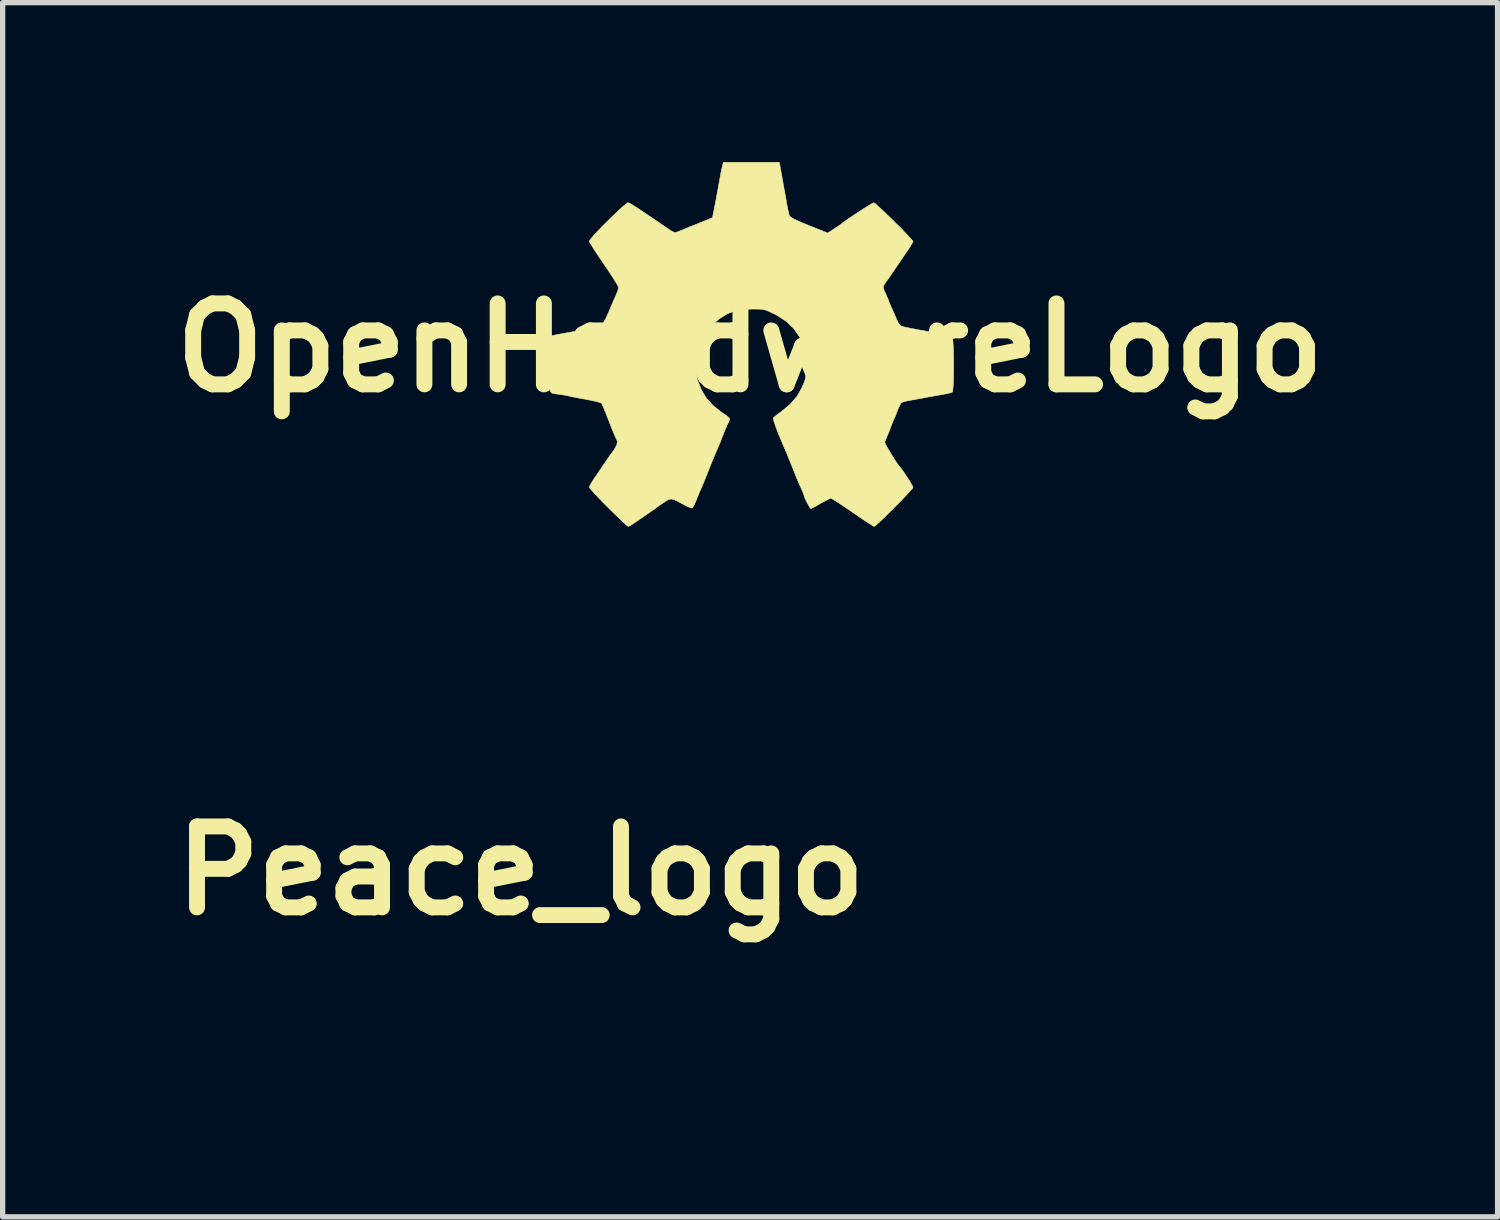
<source format=kicad_pcb>
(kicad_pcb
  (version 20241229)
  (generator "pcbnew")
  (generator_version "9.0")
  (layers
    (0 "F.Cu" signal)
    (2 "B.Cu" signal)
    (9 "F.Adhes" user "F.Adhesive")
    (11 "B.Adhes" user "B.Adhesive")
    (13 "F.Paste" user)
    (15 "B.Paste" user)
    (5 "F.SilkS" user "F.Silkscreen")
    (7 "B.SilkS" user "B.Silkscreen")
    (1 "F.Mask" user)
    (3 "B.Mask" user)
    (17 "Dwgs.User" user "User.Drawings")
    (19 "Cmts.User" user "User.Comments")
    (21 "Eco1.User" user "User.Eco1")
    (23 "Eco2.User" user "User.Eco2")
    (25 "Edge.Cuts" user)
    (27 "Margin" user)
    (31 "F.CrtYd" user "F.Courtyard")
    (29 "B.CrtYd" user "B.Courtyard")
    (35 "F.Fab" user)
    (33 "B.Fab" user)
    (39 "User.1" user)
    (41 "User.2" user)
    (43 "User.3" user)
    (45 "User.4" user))
  (footprint "OpenHardwareLogo"
    (layer "F.Cu")
    (at 11.074 3.498)
    (property "Reference" "OpenHardwareLogo" (at 0 0 0) (layer "F.SilkS") (effects (font (size 1.524 1.524) (thickness 0.3))))
    (attr through_hole)
    (fp_poly (pts (xy 0.559 -3.445) (xy 0.566 -3.406) (xy 0.579 -3.335) (xy 0.596 -3.243) (xy 0.614 -3.143) (xy 0.635 -3.022) (xy 0.658 -2.894) (xy 0.679 -2.777) (xy 0.691 -2.709) (xy 0.708 -2.622) (xy 0.724 -2.546) (xy 0.737 -2.495) (xy 0.74 -2.486) (xy 0.76 -2.464) (xy 0.805 -2.435) (xy 0.881 -2.398) (xy 0.989 -2.35) (xy 1.11 -2.301) (xy 1.463 -2.16) (xy 1.583 -2.239) (xy 1.646 -2.28) (xy 1.693 -2.312) (xy 1.714 -2.328) (xy 1.746 -2.354) (xy 1.804 -2.396) (xy 1.88 -2.448) (xy 1.968 -2.507) (xy 2.06 -2.567) (xy 2.149 -2.625) (xy 2.228 -2.674) (xy 2.289 -2.71) (xy 2.325 -2.729) (xy 2.33 -2.731) (xy 2.353 -2.716) (xy 2.399 -2.676) (xy 2.465 -2.616) (xy 2.545 -2.541) (xy 2.633 -2.455) (xy 2.725 -2.365) (xy 2.816 -2.274) (xy 2.9 -2.189) (xy 2.972 -2.113) (xy 3.028 -2.053) (xy 3.061 -2.013) (xy 3.069 -2) (xy 3.057 -1.975) (xy 3.026 -1.924) (xy 2.981 -1.853) (xy 2.93 -1.778) (xy 2.861 -1.678) (xy 2.789 -1.572) (xy 2.724 -1.476) (xy 2.692 -1.429) (xy 2.646 -1.36) (xy 2.608 -1.305) (xy 2.585 -1.274) (xy 2.582 -1.27) (xy 2.564 -1.246) (xy 2.535 -1.203) (xy 2.534 -1.201) (xy 2.514 -1.167) (xy 2.509 -1.137) (xy 2.519 -1.098) (xy 2.545 -1.036) (xy 2.55 -1.026) (xy 2.578 -0.962) (xy 2.598 -0.915) (xy 2.603 -0.897) (xy 2.612 -0.873) (xy 2.633 -0.822) (xy 2.663 -0.755) (xy 2.702 -0.668) (xy 2.741 -0.579) (xy 2.764 -0.524) (xy 2.793 -0.461) (xy 2.824 -0.422) (xy 2.871 -0.399) (xy 2.946 -0.381) (xy 2.953 -0.38) (xy 3.106 -0.35) (xy 3.283 -0.318) (xy 3.463 -0.285) (xy 3.576 -0.266) (xy 3.666 -0.248) (xy 3.741 -0.231) (xy 3.791 -0.215) (xy 3.803 -0.208) (xy 3.812 -0.181) (xy 3.82 -0.118) (xy 3.826 -0.028) (xy 3.83 0.083) (xy 3.832 0.206) (xy 3.833 0.336) (xy 3.833 0.465) (xy 3.83 0.585) (xy 3.826 0.69) (xy 3.82 0.771) (xy 3.813 0.823) (xy 3.806 0.838) (xy 3.774 0.849) (xy 3.713 0.863) (xy 3.635 0.878) (xy 3.621 0.881) (xy 3.518 0.899) (xy 3.398 0.92) (xy 3.287 0.94) (xy 3.281 0.942) (xy 3.181 0.96) (xy 3.08 0.979) (xy 2.998 0.993) (xy 2.988 0.995) (xy 2.919 1.01) (xy 2.865 1.027) (xy 2.847 1.037) (xy 2.826 1.068) (xy 2.798 1.126) (xy 2.772 1.191) (xy 2.745 1.262) (xy 2.722 1.317) (xy 2.71 1.344) (xy 2.695 1.375) (xy 2.672 1.431) (xy 2.657 1.471) (xy 2.627 1.553) (xy 2.594 1.634) (xy 2.582 1.662) (xy 2.557 1.722) (xy 2.539 1.769) (xy 2.536 1.778) (xy 2.544 1.803) (xy 2.57 1.855) (xy 2.611 1.925) (xy 2.659 2.006) (xy 2.711 2.088) (xy 2.76 2.164) (xy 2.803 2.225) (xy 2.833 2.262) (xy 2.836 2.265) (xy 2.861 2.295) (xy 2.9 2.35) (xy 2.945 2.417) (xy 2.991 2.489) (xy 3.031 2.555) (xy 3.059 2.605) (xy 3.069 2.629) (xy 3.055 2.651) (xy 3.015 2.697) (xy 2.955 2.762) (xy 2.879 2.842) (xy 2.794 2.93) (xy 2.703 3.022) (xy 2.612 3.112) (xy 2.527 3.196) (xy 2.451 3.268) (xy 2.391 3.324) (xy 2.351 3.358) (xy 2.338 3.365) (xy 2.314 3.354) (xy 2.263 3.322) (xy 2.188 3.274) (xy 2.097 3.213) (xy 2.011 3.154) (xy 1.903 3.08) (xy 1.801 3.011) (xy 1.712 2.951) (xy 1.644 2.906) (xy 1.613 2.887) (xy 1.522 2.831) (xy 1.422 2.881) (xy 1.345 2.921) (xy 1.269 2.964) (xy 1.244 2.979) (xy 1.191 3.008) (xy 1.152 3.025) (xy 1.144 3.027) (xy 1.127 3.01) (xy 1.1 2.966) (xy 1.069 2.908) (xy 1.04 2.85) (xy 1.021 2.802) (xy 1.016 2.782) (xy 1.008 2.757) (xy 0.987 2.704) (xy 0.956 2.633) (xy 0.921 2.555) (xy 0.91 2.529) (xy 0.894 2.494) (xy 0.867 2.428) (xy 0.833 2.342) (xy 0.794 2.244) (xy 0.793 2.244) (xy 0.754 2.146) (xy 0.719 2.06) (xy 0.693 1.994) (xy 0.678 1.958) (xy 0.678 1.958) (xy 0.637 1.866) (xy 0.603 1.786) (xy 0.57 1.705) (xy 0.529 1.605) (xy 0.51 1.558) (xy 0.477 1.47) (xy 0.452 1.395) (xy 0.438 1.344) (xy 0.436 1.325) (xy 0.457 1.303) (xy 0.504 1.264) (xy 0.569 1.216) (xy 0.596 1.196) (xy 0.758 1.062) (xy 0.886 0.911) (xy 0.985 0.734) (xy 1.032 0.615) (xy 1.054 0.516) (xy 1.064 0.392) (xy 1.063 0.257) (xy 1.051 0.127) (xy 1.028 0.015) (xy 1.022 -0.004) (xy 0.937 -0.196) (xy 0.826 -0.358) (xy 0.683 -0.495) (xy 0.505 -0.611) (xy 0.446 -0.641) (xy 0.363 -0.68) (xy 0.301 -0.706) (xy 0.245 -0.72) (xy 0.181 -0.727) (xy 0.096 -0.728) (xy 0.042 -0.728) (xy -0.053 -0.726) (xy -0.135 -0.723) (xy -0.192 -0.719) (xy -0.212 -0.716) (xy -0.255 -0.702) (xy -0.304 -0.688) (xy -0.436 -0.635) (xy -0.572 -0.55) (xy -0.701 -0.442) (xy -0.814 -0.321) (xy -0.899 -0.195) (xy -0.907 -0.18) (xy -0.988 0.016) (xy -1.03 0.205) (xy -1.033 0.392) (xy -0.996 0.583) (xy -0.983 0.627) (xy -0.913 0.8) (xy -0.822 0.949) (xy -0.704 1.081) (xy -0.552 1.204) (xy -0.503 1.238) (xy -0.435 1.285) (xy -0.397 1.318) (xy -0.385 1.345) (xy -0.392 1.374) (xy -0.401 1.392) (xy -0.435 1.462) (xy -0.478 1.563) (xy -0.527 1.689) (xy -0.529 1.693) (xy -0.556 1.765) (xy -0.581 1.825) (xy -0.592 1.852) (xy -0.645 1.972) (xy -0.704 2.112) (xy -0.772 2.281) (xy -0.782 2.307) (xy -0.819 2.401) (xy -0.852 2.483) (xy -0.877 2.545) (xy -0.889 2.572) (xy -0.924 2.652) (xy -0.967 2.754) (xy -1.009 2.859) (xy -1.029 2.907) (xy -1.056 2.967) (xy -1.08 3.009) (xy -1.091 3.019) (xy -1.119 3.014) (xy -1.173 2.991) (xy -1.243 2.957) (xy -1.267 2.944) (xy -1.361 2.893) (xy -1.428 2.861) (xy -1.478 2.848) (xy -1.52 2.853) (xy -1.566 2.875) (xy -1.624 2.913) (xy -1.626 2.914) (xy -1.688 2.956) (xy -1.735 2.989) (xy -1.757 3.006) (xy -1.757 3.006) (xy -1.778 3.022) (xy -1.825 3.055) (xy -1.888 3.099) (xy -1.894 3.103) (xy -1.983 3.164) (xy -2.082 3.232) (xy -2.148 3.278) (xy -2.213 3.321) (xy -2.265 3.352) (xy -2.294 3.365) (xy -2.295 3.365) (xy -2.315 3.351) (xy -2.361 3.311) (xy -2.427 3.249) (xy -2.51 3.169) (xy -2.605 3.076) (xy -2.671 3.012) (xy -2.771 2.911) (xy -2.86 2.818) (xy -2.935 2.739) (xy -2.989 2.677) (xy -3.021 2.637) (xy -3.026 2.625) (xy -3.015 2.593) (xy -2.984 2.538) (xy -2.941 2.47) (xy -2.931 2.455) (xy -2.869 2.366) (xy -2.8 2.263) (xy -2.737 2.17) (xy -2.737 2.17) (xy -2.69 2.101) (xy -2.652 2.046) (xy -2.629 2.015) (xy -2.626 2.011) (xy -2.608 1.988) (xy -2.576 1.943) (xy -2.556 1.914) (xy -2.51 1.83) (xy -2.499 1.763) (xy -2.515 1.724) (xy -2.529 1.698) (xy -2.554 1.64) (xy -2.589 1.557) (xy -2.629 1.455) (xy -2.656 1.386) (xy -2.699 1.277) (xy -2.737 1.181) (xy -2.769 1.105) (xy -2.79 1.058) (xy -2.797 1.045) (xy -2.824 1.033) (xy -2.884 1.015) (xy -2.969 0.996) (xy -3.069 0.976) (xy -3.075 0.975) (xy -3.182 0.956) (xy -3.281 0.937) (xy -3.361 0.921) (xy -3.408 0.91) (xy -3.473 0.896) (xy -3.556 0.883) (xy -3.598 0.877) (xy -3.656 0.87) (xy -3.701 0.863) (xy -3.735 0.851) (xy -3.758 0.828) (xy -3.774 0.79) (xy -3.783 0.732) (xy -3.788 0.649) (xy -3.789 0.536) (xy -3.789 0.387) (xy -3.789 0.307) (xy -3.789 -0.21) (xy -3.709 -0.231) (xy -3.658 -0.243) (xy -3.575 -0.259) (xy -3.474 -0.277) (xy -3.365 -0.296) (xy -3.257 -0.315) (xy -3.156 -0.334) (xy -3.075 -0.35) (xy -3.024 -0.361) (xy -2.957 -0.375) (xy -2.898 -0.381) (xy -2.894 -0.381) (xy -2.848 -0.389) (xy -2.806 -0.415) (xy -2.765 -0.465) (xy -2.721 -0.544) (xy -2.669 -0.658) (xy -2.656 -0.687) (xy -2.613 -0.788) (xy -2.572 -0.885) (xy -2.537 -0.964) (xy -2.517 -1.009) (xy -2.492 -1.071) (xy -2.478 -1.123) (xy -2.477 -1.137) (xy -2.488 -1.165) (xy -2.521 -1.222) (xy -2.571 -1.302) (xy -2.635 -1.401) (xy -2.71 -1.513) (xy -2.752 -1.574) (xy -2.831 -1.69) (xy -2.901 -1.795) (xy -2.959 -1.885) (xy -3.001 -1.955) (xy -3.024 -1.998) (xy -3.027 -2.008) (xy -3.012 -2.034) (xy -2.972 -2.083) (xy -2.911 -2.151) (xy -2.834 -2.232) (xy -2.748 -2.321) (xy -2.656 -2.412) (xy -2.565 -2.501) (xy -2.479 -2.583) (xy -2.405 -2.651) (xy -2.346 -2.701) (xy -2.309 -2.728) (xy -2.301 -2.731) (xy -2.286 -2.727) (xy -2.261 -2.716) (xy -2.223 -2.694) (xy -2.169 -2.661) (xy -2.095 -2.613) (xy -1.999 -2.549) (xy -1.878 -2.467) (xy -1.729 -2.366) (xy -1.547 -2.242) (xy -1.543 -2.239) (xy -1.476 -2.195) (xy -1.43 -2.174) (xy -1.396 -2.172) (xy -1.374 -2.179) (xy -1.337 -2.194) (xy -1.269 -2.221) (xy -1.178 -2.258) (xy -1.073 -2.301) (xy -1.016 -2.324) (xy -0.709 -2.449) (xy -0.683 -2.574) (xy -0.667 -2.655) (xy -0.647 -2.758) (xy -0.627 -2.865) (xy -0.623 -2.889) (xy -0.603 -2.998) (xy -0.582 -3.113) (xy -0.564 -3.212) (xy -0.562 -3.228) (xy -0.546 -3.312) (xy -0.53 -3.386) (xy -0.519 -3.434) (xy -0.503 -3.493) (xy 0.55 -3.493) (xy 0.559 -3.445)) (stroke (width 0.01) (type solid)) (fill yes) (layer "F.SilkS")))
  (footprint "Peace_logo"
    (layer "F.Cu")
    (at 6.756 13.346)
    (property "Reference" "Peace_logo" (at 0 0 0) (layer "F.SilkS") (effects (font (size 1.524 1.524) (thickness 0.3))))
    (attr through_hole)
    (fp_poly (pts (xy 0.203 -3.472) (xy 0.564 -3.434) (xy 0.92 -3.358) (xy 1.267 -3.246) (xy 1.604 -3.097) (xy 1.926 -2.911) (xy 2.212 -2.703) (xy 2.487 -2.453) (xy 2.735 -2.174) (xy 2.952 -1.869) (xy 3.136 -1.542) (xy 3.285 -1.198) (xy 3.396 -0.841) (xy 3.426 -0.708) (xy 3.484 -0.334) (xy 3.501 0.038) (xy 3.479 0.403) (xy 3.419 0.76) (xy 3.324 1.106) (xy 3.195 1.438) (xy 3.033 1.755) (xy 2.841 2.053) (xy 2.619 2.331) (xy 2.37 2.585) (xy 2.094 2.813) (xy 1.795 3.013) (xy 1.472 3.182) (xy 1.128 3.318) (xy 0.765 3.419) (xy 0.728 3.427) (xy 0.653 3.44) (xy 0.555 3.455) (xy 0.443 3.469) (xy 0.325 3.483) (xy 0.21 3.496) (xy 0.107 3.505) (xy 0.025 3.511) (xy -0.028 3.512) (xy -0.04 3.511) (xy -0.065 3.508) (xy -0.123 3.502) (xy -0.205 3.495) (xy -0.275 3.49) (xy -0.657 3.438) (xy -1.025 3.346) (xy -1.377 3.217) (xy -1.711 3.05) (xy -2.026 2.848) (xy -2.318 2.611) (xy -2.567 2.36) (xy -2.098 2.36) (xy -2.007 2.442) (xy -1.832 2.581) (xy -1.625 2.714) (xy -1.396 2.838) (xy -1.154 2.946) (xy -0.91 3.034) (xy -0.779 3.071) (xy -0.673 3.096) (xy -0.55 3.121) (xy -0.422 3.143) (xy -0.304 3.161) (xy -0.211 3.171) (xy -0.196 3.172) (xy -0.148 3.175) (xy -0.148 1.794) (xy 0.169 1.794) (xy 0.17 2.031) (xy 0.17 2.256) (xy 0.172 2.464) (xy 0.173 2.652) (xy 0.175 2.817) (xy 0.177 2.955) (xy 0.18 3.063) (xy 0.183 3.136) (xy 0.186 3.172) (xy 0.187 3.175) (xy 0.214 3.172) (xy 0.273 3.165) (xy 0.355 3.154) (xy 0.425 3.144) (xy 0.73 3.085) (xy 1.03 2.998) (xy 1.319 2.886) (xy 1.59 2.751) (xy 1.834 2.597) (xy 2.028 2.442) (xy 2.119 2.36) (xy 1.144 1.387) (xy 0.169 0.413) (xy 0.169 1.794) (xy -0.148 1.794) (xy -0.148 0.413) (xy -1.123 1.387) (xy -2.098 2.36) (xy -2.567 2.36) (xy -2.586 2.341) (xy -2.828 2.039) (xy -2.918 1.907) (xy -3.105 1.585) (xy -3.254 1.249) (xy -3.365 0.903) (xy -3.438 0.55) (xy -3.474 0.193) (xy -3.473 -0.064) (xy -3.15 -0.064) (xy -3.138 0.279) (xy -3.089 0.621) (xy -3.004 0.957) (xy -2.884 1.28) (xy -2.731 1.587) (xy -2.546 1.87) (xy -2.438 2.007) (xy -2.343 2.121) (xy -1.246 1.023) (xy -0.148 -0.074) (xy -0.148 -1.614) (xy -0.148 -1.614) (xy 0.169 -1.614) (xy 0.169 -0.074) (xy 2.36 2.119) (xy 2.442 2.028) (xy 2.495 1.964) (xy 2.558 1.882) (xy 2.618 1.797) (xy 2.624 1.789) (xy 2.812 1.473) (xy 2.96 1.143) (xy 3.07 0.803) (xy 3.14 0.455) (xy 3.171 0.102) (xy 3.161 -0.252) (xy 3.111 -0.605) (xy 3.019 -0.954) (xy 2.95 -1.147) (xy 2.797 -1.479) (xy 2.61 -1.787) (xy 2.392 -2.068) (xy 2.145 -2.321) (xy 1.872 -2.544) (xy 1.574 -2.736) (xy 1.254 -2.893) (xy 0.914 -3.016) (xy 0.557 -3.101) (xy 0.425 -3.123) (xy 0.332 -3.136) (xy 0.255 -3.146) (xy 0.203 -3.152) (xy 0.187 -3.154) (xy 0.184 -3.133) (xy 0.181 -3.074) (xy 0.179 -2.978) (xy 0.176 -2.851) (xy 0.174 -2.694) (xy 0.173 -2.511) (xy 0.171 -2.307) (xy 0.17 -2.083) (xy 0.17 -1.843) (xy 0.169 -1.614) (xy -0.148 -1.614) (xy -0.148 -1.865) (xy -0.149 -2.103) (xy -0.15 -2.326) (xy -0.152 -2.529) (xy -0.153 -2.709) (xy -0.155 -2.863) (xy -0.158 -2.988) (xy -0.16 -3.08) (xy -0.163 -3.137) (xy -0.166 -3.154) (xy -0.193 -3.151) (xy -0.252 -3.143) (xy -0.334 -3.132) (xy -0.404 -3.123) (xy -0.767 -3.051) (xy -1.112 -2.942) (xy -1.438 -2.798) (xy -1.742 -2.62) (xy -2.021 -2.411) (xy -2.275 -2.174) (xy -2.501 -1.909) (xy -2.697 -1.619) (xy -2.861 -1.306) (xy -2.991 -0.972) (xy -3.085 -0.619) (xy -3.123 -0.404) (xy -3.15 -0.064) (xy -3.473 -0.064) (xy -3.473 -0.164) (xy -3.437 -0.52) (xy -3.364 -0.87) (xy -3.257 -1.212) (xy -3.116 -1.542) (xy -2.94 -1.858) (xy -2.73 -2.156) (xy -2.488 -2.432) (xy -2.213 -2.685) (xy -2.191 -2.703) (xy -1.885 -2.924) (xy -1.562 -3.108) (xy -1.225 -3.254) (xy -0.876 -3.364) (xy -0.52 -3.437) (xy -0.159 -3.473) (xy 0.203 -3.472)) (stroke (width 0.01) (type solid)) (fill yes) (layer "F.Mask")))
  (gr_rect
    (start -3 -3)
    (end 25.149 19.863)
    (stroke (width 0.1) (type default))
    (fill no)
    (layer "Edge.Cuts")))
</source>
